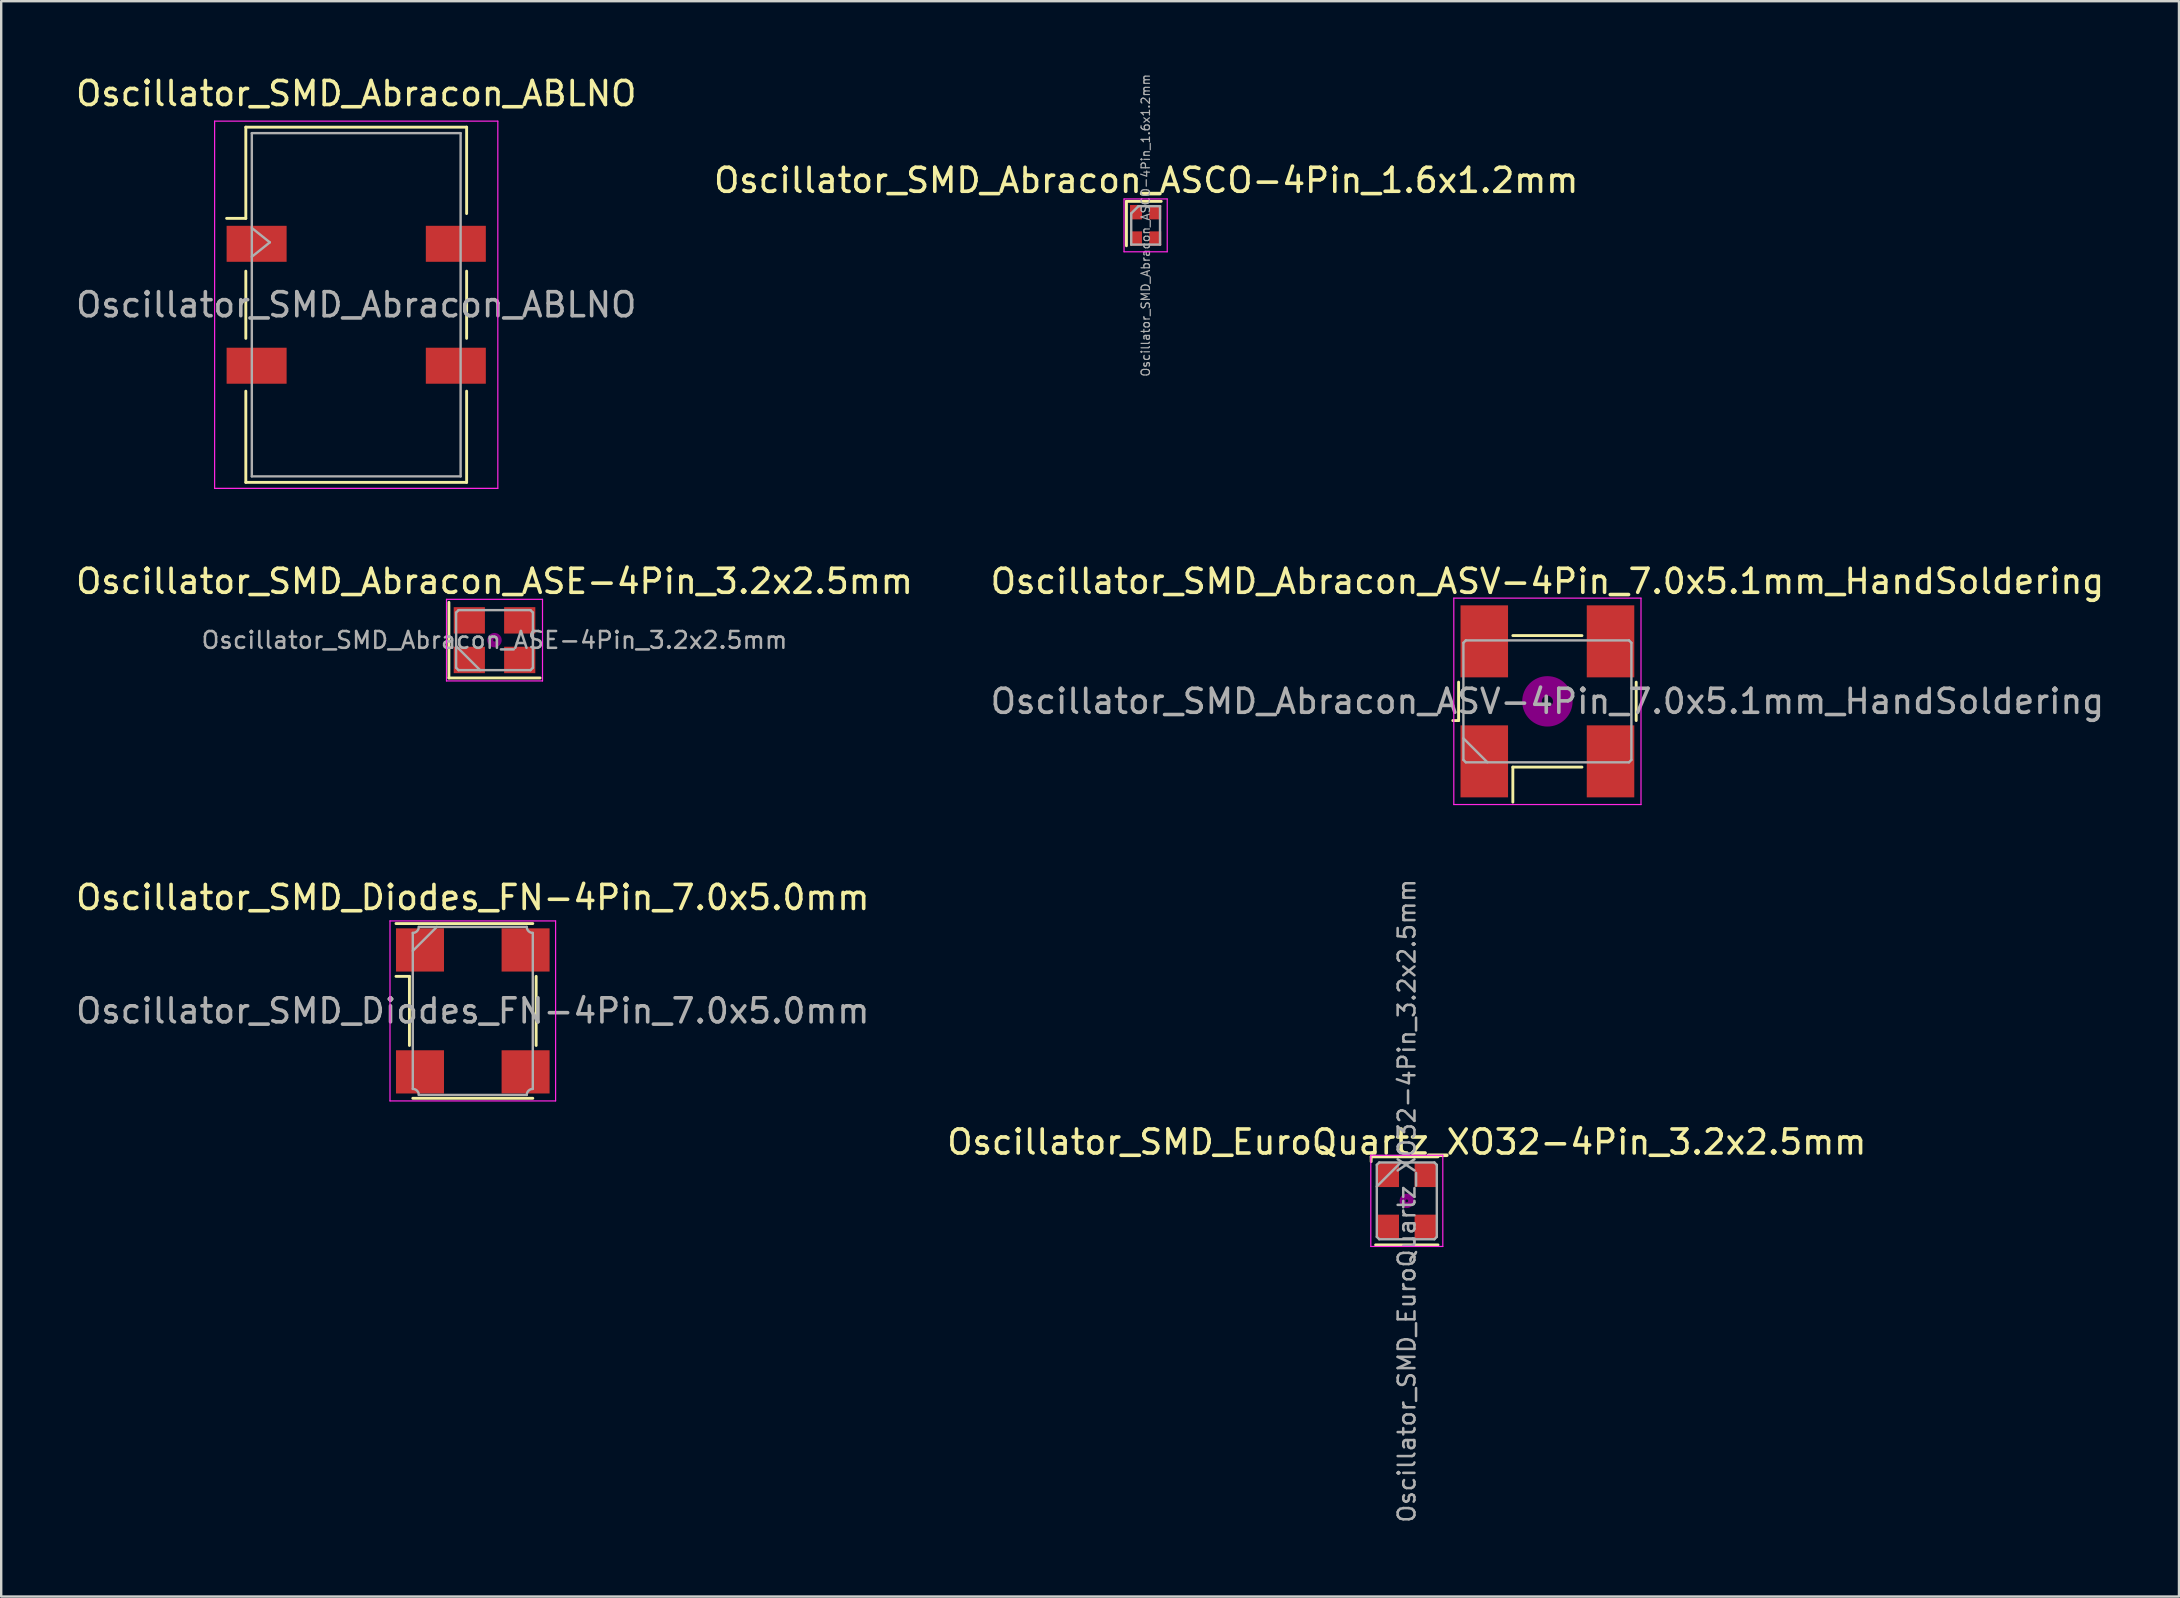
<source format=kicad_pcb>
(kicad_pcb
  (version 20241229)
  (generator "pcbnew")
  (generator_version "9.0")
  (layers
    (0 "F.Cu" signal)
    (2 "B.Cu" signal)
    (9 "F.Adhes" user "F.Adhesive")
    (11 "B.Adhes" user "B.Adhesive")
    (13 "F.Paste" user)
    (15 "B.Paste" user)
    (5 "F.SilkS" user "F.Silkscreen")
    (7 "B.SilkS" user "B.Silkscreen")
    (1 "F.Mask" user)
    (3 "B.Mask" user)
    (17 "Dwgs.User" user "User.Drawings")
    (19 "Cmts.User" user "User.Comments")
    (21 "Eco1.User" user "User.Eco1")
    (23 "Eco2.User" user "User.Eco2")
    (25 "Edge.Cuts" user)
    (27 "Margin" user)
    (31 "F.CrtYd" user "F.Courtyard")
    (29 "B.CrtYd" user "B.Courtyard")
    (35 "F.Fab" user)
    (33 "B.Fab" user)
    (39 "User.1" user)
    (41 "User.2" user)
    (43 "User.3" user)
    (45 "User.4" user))
  (footprint "Oscillator_SMD_Diodes_FN-4Pin_7.0x5.0mm"
    (layer "F.Cu")
    (at 16.649 39.07)
    (property "Reference" "Oscillator_SMD_Diodes_FN-4Pin_7.0x5.0mm" (at 0 -4.725 0) (layer "F.SilkS") (effects (font (size 1 1) (thickness 0.15))))
    (attr smd)
    (fp_line (start -3.2 -3.64) (end 2.5 -3.64) (stroke (width 0.12) (type solid)) (layer "F.SilkS"))
    (fp_line (start -2.64 -1.44) (end -3.2 -1.44) (stroke (width 0.12) (type solid)) (layer "F.SilkS"))
    (fp_line (start -2.64 -1.44) (end -2.64 1.44) (stroke (width 0.12) (type solid)) (layer "F.SilkS"))
    (fp_line (start -2.5 3.64) (end 2.5 3.64) (stroke (width 0.12) (type solid)) (layer "F.SilkS"))
    (fp_line (start 2.64 -1.44) (end 2.64 1.44) (stroke (width 0.12) (type solid)) (layer "F.SilkS"))
    (fp_line (start -3.45 -3.75) (end 3.45 -3.75) (stroke (width 0.05) (type solid)) (layer "F.CrtYd"))
    (fp_line (start -3.45 3.75) (end -3.45 -3.75) (stroke (width 0.05) (type solid)) (layer "F.CrtYd"))
    (fp_line (start 3.45 -3.75) (end 3.45 3.75) (stroke (width 0.05) (type solid)) (layer "F.CrtYd"))
    (fp_line (start 3.45 3.75) (end -3.45 3.75) (stroke (width 0.05) (type solid)) (layer "F.CrtYd"))
    (fp_line (start -2.5 -2.5) (end -1.5 -3.5) (stroke (width 0.1) (type solid)) (layer "F.Fab"))
    (fp_line (start -2.5 3.25) (end -2.5 -3.25) (stroke (width 0.1) (type solid)) (layer "F.Fab"))
    (fp_line (start -2.25 -3.5) (end 2.25 -3.5) (stroke (width 0.1) (type solid)) (layer "F.Fab"))
    (fp_line (start -2.25 3.5) (end 2.25 3.5) (stroke (width 0.1) (type solid)) (layer "F.Fab"))
    (fp_line (start 2.5 -3.25) (end 2.5 3.25) (stroke (width 0.1) (type solid)) (layer "F.Fab"))
    (fp_arc (start -2.5 3.25) (mid -2.323223 3.323223) (end -2.25 3.5) (stroke (width 0.1) (type solid)) (layer "F.Fab"))
    (fp_arc (start -2.25 -3.5) (mid -2.323223 -3.323223) (end -2.5 -3.25) (stroke (width 0.1) (type solid)) (layer "F.Fab"))
    (fp_arc (start 2.25 3.5) (mid 2.323223 3.323223) (end 2.5 3.25) (stroke (width 0.1) (type solid)) (layer "F.Fab"))
    (fp_arc (start 2.5 -3.25) (mid 2.323223 -3.323223) (end 2.25 -3.5) (stroke (width 0.1) (type solid)) (layer "F.Fab"))
    (fp_text user "${REFERENCE}" (at 0 0 0) (layer "F.Fab") (effects (font (size 1 1) (thickness 0.15))))
    (pad "1" smd rect (at -2.2 -2.54) (size 2 1.8) (layers "F.Cu" "F.Mask" "F.Paste"))
    (pad "2" smd rect (at -2.2 2.54) (size 2 1.8) (layers "F.Cu" "F.Mask" "F.Paste"))
    (pad "3" smd rect (at 2.2 2.54) (size 2 1.8) (layers "F.Cu" "F.Mask" "F.Paste"))
    (pad "4" smd rect (at 2.2 -2.54) (size 2 1.8) (layers "F.Cu" "F.Mask" "F.Paste")))
  (footprint "Oscillator_SMD_Abracon_ASV-4Pin_7.0x5.1mm_HandSoldering"
    (layer "F.Cu")
    (at 61.423 26.172)
    (property "Reference" "Oscillator_SMD_Abracon_ASV-4Pin_7.0x5.1mm_HandSoldering" (at 0 -5 0) (layer "F.SilkS") (effects (font (size 1 1) (thickness 0.15))))
    (attr smd)
    (fp_line (start -3.94 0.8) (end -3.7 0.8) (stroke (width 0.12) (type solid)) (layer "F.SilkS"))
    (fp_line (start -3.7 0.8) (end -3.7 -0.8) (stroke (width 0.12) (type solid)) (layer "F.SilkS"))
    (fp_line (start -1.44 -2.74) (end 1.44 -2.74) (stroke (width 0.12) (type solid)) (layer "F.SilkS"))
    (fp_line (start -1.44 2.74) (end -1.44 4.2) (stroke (width 0.12) (type solid)) (layer "F.SilkS"))
    (fp_line (start 1.44 2.74) (end -1.44 2.74) (stroke (width 0.12) (type solid)) (layer "F.SilkS"))
    (fp_line (start 3.7 -0.8) (end 3.7 0.8) (stroke (width 0.12) (type solid)) (layer "F.SilkS"))
    (fp_circle (center 0 0) (end 0.233 0) (stroke (width 0.467) (type solid)) (fill no) (layer "F.Adhes"))
    (fp_circle (center 0 0) (end 0.533 0) (stroke (width 0.333) (type solid)) (fill no) (layer "F.Adhes"))
    (fp_circle (center 0 0) (end 0.833 0) (stroke (width 0.333) (type solid)) (fill no) (layer "F.Adhes"))
    (fp_circle (center 0 0) (end 1 0) (stroke (width 0.1) (type solid)) (fill no) (layer "F.Adhes"))
    (fp_line (start -3.9 -4.3) (end -3.9 4.3) (stroke (width 0.05) (type solid)) (layer "F.CrtYd"))
    (fp_line (start -3.9 4.3) (end 3.9 4.3) (stroke (width 0.05) (type solid)) (layer "F.CrtYd"))
    (fp_line (start 3.9 -4.3) (end -3.9 -4.3) (stroke (width 0.05) (type solid)) (layer "F.CrtYd"))
    (fp_line (start 3.9 4.3) (end 3.9 -4.3) (stroke (width 0.05) (type solid)) (layer "F.CrtYd"))
    (fp_line (start -3.5 -2.44) (end -3.4 -2.54) (stroke (width 0.1) (type solid)) (layer "F.Fab"))
    (fp_line (start -3.5 1.54) (end -2.5 2.54) (stroke (width 0.1) (type solid)) (layer "F.Fab"))
    (fp_line (start -3.5 2.44) (end -3.5 -2.44) (stroke (width 0.1) (type solid)) (layer "F.Fab"))
    (fp_line (start -3.4 -2.54) (end 3.4 -2.54) (stroke (width 0.1) (type solid)) (layer "F.Fab"))
    (fp_line (start -3.4 2.54) (end -3.5 2.44) (stroke (width 0.1) (type solid)) (layer "F.Fab"))
    (fp_line (start 3.4 -2.54) (end 3.5 -2.44) (stroke (width 0.1) (type solid)) (layer "F.Fab"))
    (fp_line (start 3.4 2.54) (end -3.4 2.54) (stroke (width 0.1) (type solid)) (layer "F.Fab"))
    (fp_line (start 3.5 -2.44) (end 3.5 2.44) (stroke (width 0.1) (type solid)) (layer "F.Fab"))
    (fp_line (start 3.5 2.44) (end 3.4 2.54) (stroke (width 0.1) (type solid)) (layer "F.Fab"))
    (fp_text user "${REFERENCE}" (at 0 0 0) (layer "F.Fab") (effects (font (size 1 1) (thickness 0.15))))
    (pad "1" smd rect (at -2.63 2.5) (size 1.98 3) (layers "F.Cu" "F.Mask" "F.Paste"))
    (pad "2" smd rect (at 2.63 2.5) (size 1.98 3) (layers "F.Cu" "F.Mask" "F.Paste"))
    (pad "3" smd rect (at 2.63 -2.5) (size 1.98 3) (layers "F.Cu" "F.Mask" "F.Paste"))
    (pad "4" smd rect (at -2.63 -2.5) (size 1.98 3) (layers "F.Cu" "F.Mask" "F.Paste")))
  (footprint "Oscillator_SMD_EuroQuartz_XO32-4Pin_3.2x2.5mm"
    (layer "F.Cu")
    (at 55.565 46.984)
    (property "Reference" "Oscillator_SMD_EuroQuartz_XO32-4Pin_3.2x2.5mm" (at 0 -2.45 0) (layer "F.SilkS") (effects (font (size 1 1) (thickness 0.15))))
    (attr smd)
    (fp_line (start -1.485 -1.835) (end 1.3 -1.835) (stroke (width 0.12) (type solid)) (layer "F.SilkS"))
    (fp_line (start -1.485 -1.635) (end -1.485 -1.835) (stroke (width 0.12) (type solid)) (layer "F.SilkS"))
    (fp_line (start 1.3 1.835) (end -1.3 1.835) (stroke (width 0.12) (type solid)) (layer "F.SilkS"))
    (fp_circle (center 0 0) (end 0 0.058) (stroke (width 0.117) (type solid)) (fill no) (layer "F.Adhes"))
    (fp_circle (center 0 0) (end 0 0.133) (stroke (width 0.083) (type solid)) (fill no) (layer "F.Adhes"))
    (fp_circle (center 0 0) (end 0 0.208) (stroke (width 0.083) (type solid)) (fill no) (layer "F.Adhes"))
    (fp_circle (center 0 0) (end 0 0.25) (stroke (width 0.1) (type solid)) (fill no) (layer "F.Adhes"))
    (fp_line (start -1.5 -1.9) (end -1.5 1.9) (stroke (width 0.05) (type solid)) (layer "F.CrtYd"))
    (fp_line (start -1.5 1.9) (end 1.5 1.9) (stroke (width 0.05) (type solid)) (layer "F.CrtYd"))
    (fp_line (start 1.5 -1.9) (end -1.5 -1.9) (stroke (width 0.05) (type solid)) (layer "F.CrtYd"))
    (fp_line (start 1.5 1.9) (end 1.5 -1.9) (stroke (width 0.05) (type solid)) (layer "F.CrtYd"))
    (fp_line (start -1.25 -1.5) (end -1.15 -1.6) (stroke (width 0.1) (type solid)) (layer "F.Fab"))
    (fp_line (start -1.25 1.5) (end -1.25 -1.5) (stroke (width 0.1) (type solid)) (layer "F.Fab"))
    (fp_line (start -1.15 -1.6) (end 1.15 -1.6) (stroke (width 0.1) (type solid)) (layer "F.Fab"))
    (fp_line (start -1.15 1.6) (end -1.25 1.5) (stroke (width 0.1) (type solid)) (layer "F.Fab"))
    (fp_line (start -0.25 -1.6) (end -1.25 -0.6) (stroke (width 0.1) (type solid)) (layer "F.Fab"))
    (fp_line (start 1.15 -1.6) (end 1.25 -1.5) (stroke (width 0.1) (type solid)) (layer "F.Fab"))
    (fp_line (start 1.15 1.6) (end -1.15 1.6) (stroke (width 0.1) (type solid)) (layer "F.Fab"))
    (fp_line (start 1.25 -1.5) (end 1.25 1.5) (stroke (width 0.1) (type solid)) (layer "F.Fab"))
    (fp_line (start 1.25 1.5) (end 1.15 1.6) (stroke (width 0.1) (type solid)) (layer "F.Fab"))
    (fp_text user "${REFERENCE}" (at 0 0 270) (layer "F.Fab") (effects (font (size 0.7 0.7) (thickness 0.105))))
    (pad "1" smd rect (at -0.775 -1.075 270) (size 1 0.9) (layers "F.Cu" "F.Mask" "F.Paste"))
    (pad "2" smd rect (at -0.775 1.075 270) (size 1 0.9) (layers "F.Cu" "F.Mask" "F.Paste"))
    (pad "3" smd rect (at 0.775 1.075 270) (size 1 0.9) (layers "F.Cu" "F.Mask" "F.Paste"))
    (pad "4" smd rect (at 0.775 -1.075 270) (size 1 0.9) (layers "F.Cu" "F.Mask" "F.Paste")))
  (footprint "Oscillator_SMD_Abracon_ASE-4Pin_3.2x2.5mm"
    (layer "F.Cu")
    (at 17.554 23.622)
    (property "Reference" "Oscillator_SMD_Abracon_ASE-4Pin_3.2x2.5mm" (at 0 -2.45 0) (layer "F.SilkS") (effects (font (size 1 1) (thickness 0.15))))
    (attr smd)
    (fp_line (start -1.9 -1.575) (end -1.9 1.575) (stroke (width 0.12) (type solid)) (layer "F.SilkS"))
    (fp_line (start -1.9 1.575) (end 1.9 1.575) (stroke (width 0.12) (type solid)) (layer "F.SilkS"))
    (fp_circle (center 0 0) (end 0.058 0) (stroke (width 0.117) (type solid)) (fill no) (layer "F.Adhes"))
    (fp_circle (center 0 0) (end 0.133 0) (stroke (width 0.083) (type solid)) (fill no) (layer "F.Adhes"))
    (fp_circle (center 0 0) (end 0.208 0) (stroke (width 0.083) (type solid)) (fill no) (layer "F.Adhes"))
    (fp_circle (center 0 0) (end 0.25 0) (stroke (width 0.1) (type solid)) (fill no) (layer "F.Adhes"))
    (fp_line (start -2 -1.7) (end -2 1.7) (stroke (width 0.05) (type solid)) (layer "F.CrtYd"))
    (fp_line (start -2 1.7) (end 2 1.7) (stroke (width 0.05) (type solid)) (layer "F.CrtYd"))
    (fp_line (start 2 -1.7) (end -2 -1.7) (stroke (width 0.05) (type solid)) (layer "F.CrtYd"))
    (fp_line (start 2 1.7) (end 2 -1.7) (stroke (width 0.05) (type solid)) (layer "F.CrtYd"))
    (fp_line (start -1.6 -1.15) (end -1.5 -1.25) (stroke (width 0.1) (type solid)) (layer "F.Fab"))
    (fp_line (start -1.6 0.25) (end -0.6 1.25) (stroke (width 0.1) (type solid)) (layer "F.Fab"))
    (fp_line (start -1.6 1.15) (end -1.6 -1.15) (stroke (width 0.1) (type solid)) (layer "F.Fab"))
    (fp_line (start -1.5 -1.25) (end 1.5 -1.25) (stroke (width 0.1) (type solid)) (layer "F.Fab"))
    (fp_line (start -1.5 1.25) (end -1.6 1.15) (stroke (width 0.1) (type solid)) (layer "F.Fab"))
    (fp_line (start 1.5 -1.25) (end 1.6 -1.15) (stroke (width 0.1) (type solid)) (layer "F.Fab"))
    (fp_line (start 1.5 1.25) (end -1.5 1.25) (stroke (width 0.1) (type solid)) (layer "F.Fab"))
    (fp_line (start 1.6 -1.15) (end 1.6 1.15) (stroke (width 0.1) (type solid)) (layer "F.Fab"))
    (fp_line (start 1.6 1.15) (end 1.5 1.25) (stroke (width 0.1) (type solid)) (layer "F.Fab"))
    (fp_text user "${REFERENCE}" (at 0 0 0) (layer "F.Fab") (effects (font (size 0.7 0.7) (thickness 0.105))))
    (pad "1" smd rect (at -1.05 0.825) (size 1.3 1.1) (layers "F.Cu" "F.Mask" "F.Paste"))
    (pad "2" smd rect (at 1.05 0.825) (size 1.3 1.1) (layers "F.Cu" "F.Mask" "F.Paste"))
    (pad "3" smd rect (at 1.05 -0.825) (size 1.3 1.1) (layers "F.Cu" "F.Mask" "F.Paste"))
    (pad "4" smd rect (at -1.05 -0.825) (size 1.3 1.1) (layers "F.Cu" "F.Mask" "F.Paste")))
  (footprint "Oscillator_SMD_Abracon_ABLNO"
    (layer "F.Cu")
    (at 11.792 9.648)
    (property "Reference" "Oscillator_SMD_Abracon_ABLNO" (at 0 -8.8 0) (layer "F.SilkS") (effects (font (size 1 1) (thickness 0.15))))
    (attr smd)
    (fp_line (start -4.6 -7.4) (end 4.6 -7.4) (stroke (width 0.12) (type solid)) (layer "F.SilkS"))
    (fp_line (start -4.6 -3.6) (end -5.4 -3.6) (stroke (width 0.12) (type solid)) (layer "F.SilkS"))
    (fp_line (start -4.6 -3.6) (end -4.6 -7.4) (stroke (width 0.12) (type solid)) (layer "F.SilkS"))
    (fp_line (start -4.6 -1.4) (end -4.6 1.4) (stroke (width 0.12) (type solid)) (layer "F.SilkS"))
    (fp_line (start -4.6 7.4) (end -4.6 3.6) (stroke (width 0.12) (type solid)) (layer "F.SilkS"))
    (fp_line (start 4.6 -3.8) (end 4.6 -7.4) (stroke (width 0.12) (type solid)) (layer "F.SilkS"))
    (fp_line (start 4.6 1.4) (end 4.6 -1.4) (stroke (width 0.12) (type solid)) (layer "F.SilkS"))
    (fp_line (start 4.6 3.6) (end 4.6 7.4) (stroke (width 0.12) (type solid)) (layer "F.SilkS"))
    (fp_line (start 4.6 7.4) (end -4.6 7.4) (stroke (width 0.12) (type solid)) (layer "F.SilkS"))
    (fp_line (start -5.9 -7.65) (end 5.9 -7.65) (stroke (width 0.05) (type solid)) (layer "F.CrtYd"))
    (fp_line (start -5.9 7.65) (end -5.9 -7.65) (stroke (width 0.05) (type solid)) (layer "F.CrtYd"))
    (fp_line (start 5.9 -7.65) (end 5.9 7.65) (stroke (width 0.05) (type solid)) (layer "F.CrtYd"))
    (fp_line (start 5.9 7.65) (end -5.9 7.65) (stroke (width 0.05) (type solid)) (layer "F.CrtYd"))
    (fp_line (start -4.35 -7.15) (end 4.35 -7.15) (stroke (width 0.1) (type solid)) (layer "F.Fab"))
    (fp_line (start -4.35 -3.2) (end -3.6 -2.6) (stroke (width 0.1) (type solid)) (layer "F.Fab"))
    (fp_line (start -4.35 7.15) (end -4.35 -7.15) (stroke (width 0.1) (type solid)) (layer "F.Fab"))
    (fp_line (start -3.6 -2.6) (end -4.35 -2) (stroke (width 0.1) (type solid)) (layer "F.Fab"))
    (fp_line (start 4.35 -7.15) (end 4.35 7.15) (stroke (width 0.1) (type solid)) (layer "F.Fab"))
    (fp_line (start 4.35 7.15) (end -4.35 7.15) (stroke (width 0.1) (type solid)) (layer "F.Fab"))
    (fp_text user "${REFERENCE}" (at 0 0 0) (layer "F.Fab") (effects (font (size 1 1) (thickness 0.15))))
    (pad "1" smd rect (at -2.9 -2.54 270) (size 1.5 2.5) (drill (offset 0 1.25)) (layers "F.Cu" "F.Mask" "F.Paste"))
    (pad "2" smd rect (at -2.9 2.54 270) (size 1.5 2.5) (drill (offset 0 1.25)) (layers "F.Cu" "F.Mask" "F.Paste"))
    (pad "3" smd rect (at 2.9 2.54 270) (size 1.5 2.5) (drill (offset 0 -1.25)) (layers "F.Cu" "F.Mask" "F.Paste"))
    (pad "4" smd rect (at 2.9 -2.54 270) (size 1.5 2.5) (drill (offset 0 -1.25)) (layers "F.Cu" "F.Mask" "F.Paste")))
  (footprint "Oscillator_SMD_Abracon_ASCO-4Pin_1.6x1.2mm"
    (layer "F.Cu")
    (at 44.683 6.34)
    (property "Reference" "Oscillator_SMD_Abracon_ASCO-4Pin_1.6x1.2mm" (at 0.025 -1.875 0) (layer "F.SilkS") (effects (font (size 1 1) (thickness 0.15))))
    (attr smd)
    (fp_line (start -0.8 -1) (end -0.8 0.85) (stroke (width 0.12) (type solid)) (layer "F.SilkS"))
    (fp_line (start 0.65 -1) (end -0.8 -1) (stroke (width 0.12) (type solid)) (layer "F.SilkS"))
    (fp_line (start -0.9 -1.1) (end -0.9 1.1) (stroke (width 0.05) (type solid)) (layer "F.CrtYd"))
    (fp_line (start -0.9 1.1) (end 0.9 1.1) (stroke (width 0.05) (type solid)) (layer "F.CrtYd"))
    (fp_line (start 0.9 -1.1) (end -0.9 -1.1) (stroke (width 0.05) (type solid)) (layer "F.CrtYd"))
    (fp_line (start 0.9 1.1) (end 0.9 -1.1) (stroke (width 0.05) (type solid)) (layer "F.CrtYd"))
    (fp_line (start -0.6 0.8) (end -0.6 -0.5) (stroke (width 0.1) (type solid)) (layer "F.Fab"))
    (fp_line (start -0.3 -0.8) (end -0.6 -0.5) (stroke (width 0.1) (type solid)) (layer "F.Fab"))
    (fp_line (start -0.3 -0.8) (end 0.6 -0.8) (stroke (width 0.1) (type solid)) (layer "F.Fab"))
    (fp_line (start 0.6 -0.8) (end 0.6 0.8) (stroke (width 0.1) (type solid)) (layer "F.Fab"))
    (fp_line (start 0.6 0.8) (end -0.6 0.8) (stroke (width 0.1) (type solid)) (layer "F.Fab"))
    (fp_text user "${REFERENCE}" (at 0 0 270) (layer "F.Fab") (effects (font (size 0.35 0.35) (thickness 0.05))))
    (pad "1" smd rect (at -0.4 -0.55) (size 0.5 0.6) (layers "F.Cu" "F.Mask" "F.Paste"))
    (pad "2" smd rect (at -0.4 0.55) (size 0.5 0.6) (layers "F.Cu" "F.Mask" "F.Paste"))
    (pad "3" smd rect (at 0.4 0.55) (size 0.5 0.6) (layers "F.Cu" "F.Mask" "F.Paste"))
    (pad "4" smd rect (at 0.4 -0.55) (size 0.5 0.6) (layers "F.Cu" "F.Mask" "F.Paste")))
  (gr_rect
    (start -3 -3)
    (end 87.738 63.471)
    (stroke (width 0.1) (type default))
    (fill no)
    (layer "Edge.Cuts")))
</source>
